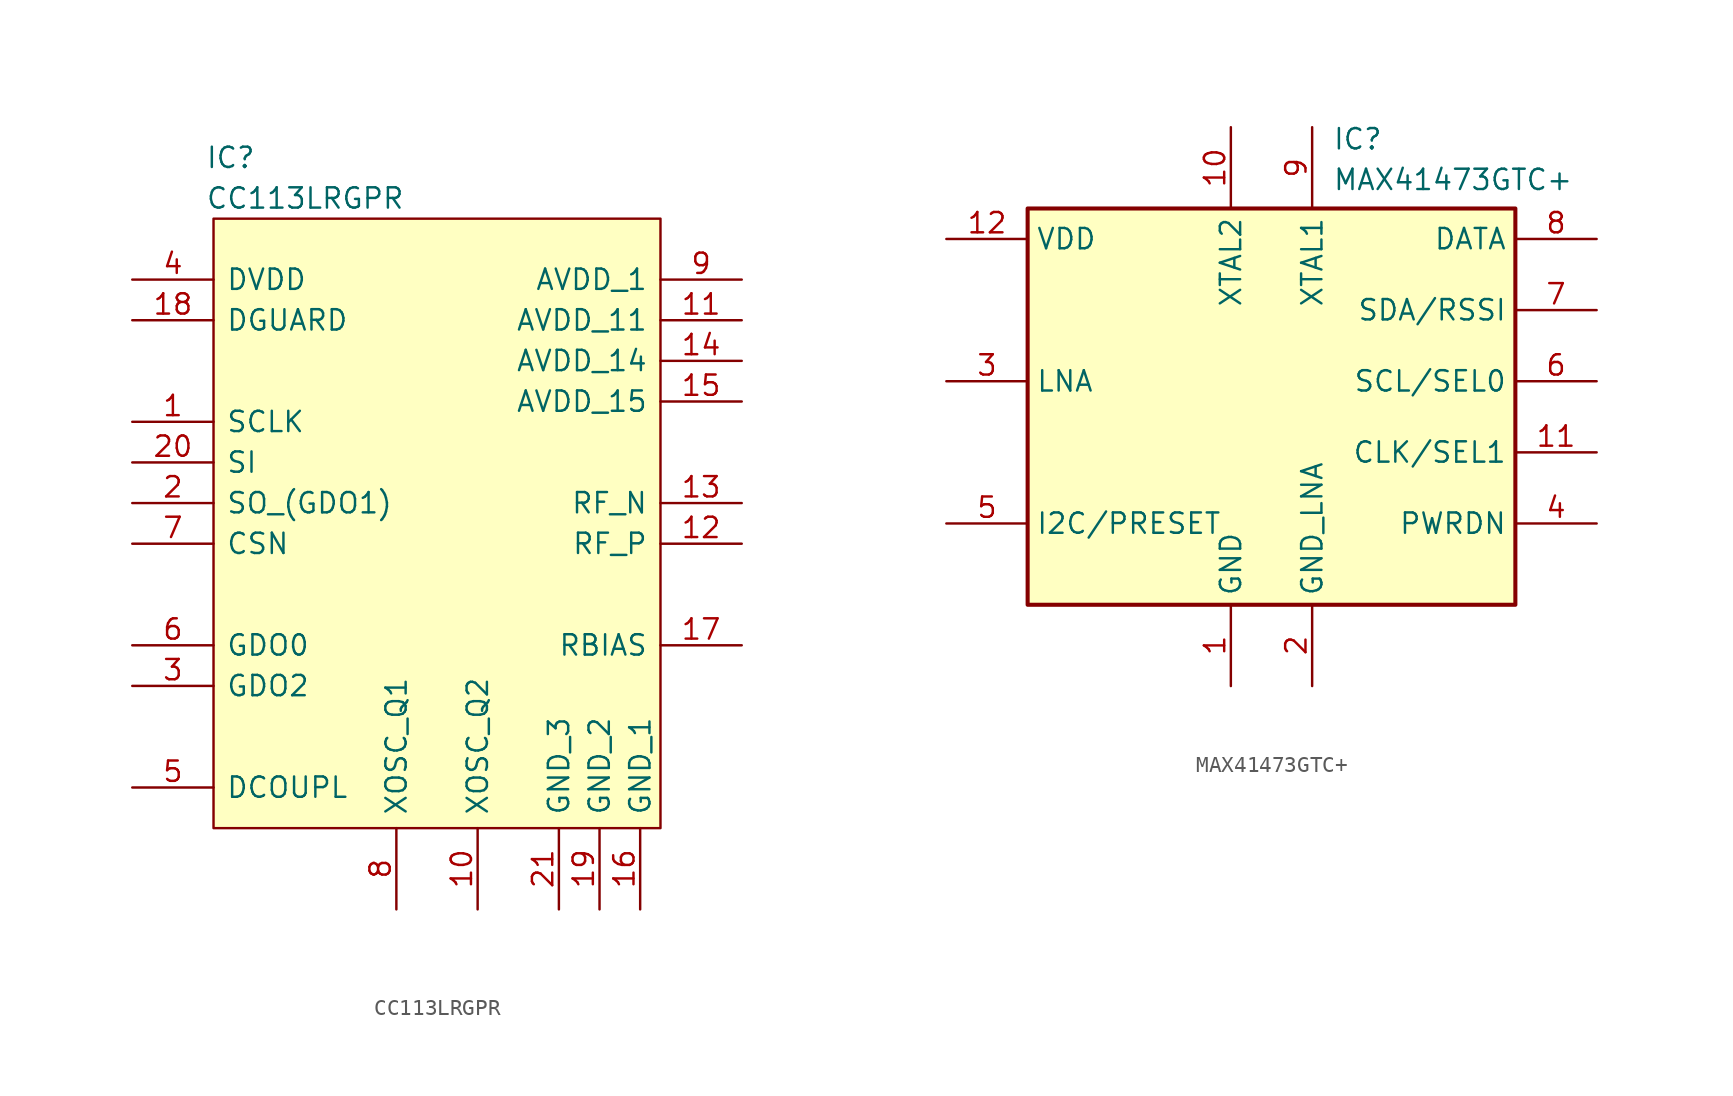
<source format=kicad_sym>
(kicad_symbol_lib
  (version 20231120)
  (generator "kicad_symbol_editor")
  (generator_version "8.0")
  (symbol "CC113LRGPR"
    (pin_names
      (offset 0.762))
    (property "Reference" "IC"
      (at -14.478 21.59 0)
      (effects (font (size 1.27 1.27)) (justify left)))
    (property "Value" "CC113LRGPR"
      (at -14.478 19.05 0)
      (effects (font (size 1.27 1.27)) (justify left)))
    (symbol "CC113LRGPR_0_0"
      (pin passive line (at -19.05 5.08 0) (length 5.08) (name "SCLK" (effects (font (size 1.27 1.27)))) (number "1" (effects (font (size 1.27 1.27)))))
      (pin passive line (at 2.54 -25.4 90) (length 5.08) (name "XOSC_Q2" (effects (font (size 1.27 1.27)))) (number "10" (effects (font (size 1.27 1.27)))))
      (pin passive line (at 19.05 -2.54 180) (length 5.08) (name "RF_P" (effects (font (size 1.27 1.27)))) (number "12" (effects (font (size 1.27 1.27)))))
      (pin passive line (at 19.05 0 180) (length 5.08) (name "RF_N" (effects (font (size 1.27 1.27)))) (number "13" (effects (font (size 1.27 1.27)))))
      (pin passive line (at 12.7 -25.4 90) (length 5.08) (name "GND_1" (effects (font (size 1.27 1.27)))) (number "16" (effects (font (size 1.27 1.27)))))
      (pin passive line (at 19.05 -8.89 180) (length 5.08) (name "RBIAS" (effects (font (size 1.27 1.27)))) (number "17" (effects (font (size 1.27 1.27)))))
      (pin passive line (at -19.05 11.43 0) (length 5.08) (name "DGUARD" (effects (font (size 1.27 1.27)))) (number "18" (effects (font (size 1.27 1.27)))))
      (pin passive line (at 10.16 -25.4 90) (length 5.08) (name "GND_2" (effects (font (size 1.27 1.27)))) (number "19" (effects (font (size 1.27 1.27)))))
      (pin passive line (at -19.05 0 0) (length 5.08) (name "SO_(GDO1)" (effects (font (size 1.27 1.27)))) (number "2" (effects (font (size 1.27 1.27)))))
      (pin passive line (at -19.05 2.54 0) (length 5.08) (name "SI" (effects (font (size 1.27 1.27)))) (number "20" (effects (font (size 1.27 1.27)))))
      (pin passive line (at 7.62 -25.4 90) (length 5.08) (name "GND_3" (effects (font (size 1.27 1.27)))) (number "21" (effects (font (size 1.27 1.27)))))
      (pin passive line (at -19.05 -11.43 0) (length 5.08) (name "GDO2" (effects (font (size 1.27 1.27)))) (number "3" (effects (font (size 1.27 1.27)))))
      (pin passive line (at -19.05 13.97 0) (length 5.08) (name "DVDD" (effects (font (size 1.27 1.27)))) (number "4" (effects (font (size 1.27 1.27)))))
      (pin passive line (at -19.05 -17.78 0) (length 5.08) (name "DCOUPL" (effects (font (size 1.27 1.27)))) (number "5" (effects (font (size 1.27 1.27)))))
      (pin passive line (at -19.05 -8.89 0) (length 5.08) (name "GDO0" (effects (font (size 1.27 1.27)))) (number "6" (effects (font (size 1.27 1.27)))))
      (pin passive line (at -19.05 -2.54 0) (length 5.08) (name "CSN" (effects (font (size 1.27 1.27)))) (number "7" (effects (font (size 1.27 1.27)))))
      (pin passive line (at -2.54 -25.4 90) (length 5.08) (name "XOSC_Q1" (effects (font (size 1.27 1.27)))) (number "8" (effects (font (size 1.27 1.27)))))
      (pin passive line (at 19.05 13.97 180) (length 5.08) (name "AVDD_1" (effects (font (size 1.27 1.27)))) (number "9" (effects (font (size 1.27 1.27))))))
    (symbol "CC113LRGPR_1_0"
      (pin passive line (at 19.05 11.43 180) (length 5.08) (name "AVDD_11" (effects (font (size 1.27 1.27)))) (number "11" (effects (font (size 1.27 1.27)))))
      (pin passive line (at 19.05 8.89 180) (length 5.08) (name "AVDD_14" (effects (font (size 1.27 1.27)))) (number "14" (effects (font (size 1.27 1.27)))))
      (pin passive line (at 19.05 6.35 180) (length 5.08) (name "AVDD_15" (effects (font (size 1.27 1.27)))) (number "15" (effects (font (size 1.27 1.27))))))
    (symbol "CC113LRGPR_1_1"
      (polyline (pts (xy -13.97 17.78) (xy 13.97 17.78) (xy 13.97 -20.32) (xy -13.97 -20.32) (xy -13.97 17.78)) (stroke (width 0.152) (type solid)) (fill (type background)))))
  (symbol "MAX41473GTC+"
    (property "Reference" "IC"
      (at 3.81 15.875 0)
      (effects (font (size 1.27 1.27)) (justify left top)))
    (property "Value" "MAX41473GTC+"
      (at 3.81 13.335 0)
      (effects (font (size 1.27 1.27)) (justify left top)))
    (symbol "MAX41473GTC+_1_1"
      (rectangle (start -15.24 10.795) (end 15.24 -13.97) (stroke (width 0.254) (type default)) (fill (type background)))
      (pin passive line (at -2.54 -19.05 90) (length 5.08) (name "GND" (effects (font (size 1.27 1.27)))) (number "1" (effects (font (size 1.27 1.27)))))
      (pin passive line (at -2.54 15.875 270) (length 5.08) (name "XTAL2" (effects (font (size 1.27 1.27)))) (number "10" (effects (font (size 1.27 1.27)))))
      (pin passive line (at 20.32 -4.445 180) (length 5.08) (name "CLK/SEL1" (effects (font (size 1.27 1.27)))) (number "11" (effects (font (size 1.27 1.27)))))
      (pin passive line (at -20.32 8.89 0) (length 5.08) (name "VDD" (effects (font (size 1.27 1.27)))) (number "12" (effects (font (size 1.27 1.27)))))
      (pin passive line (at 2.54 -19.05 90) (length 5.08) (name "GND_LNA" (effects (font (size 1.27 1.27)))) (number "2" (effects (font (size 1.27 1.27)))))
      (pin passive line (at -20.32 0 0) (length 5.08) (name "LNA" (effects (font (size 1.27 1.27)))) (number "3" (effects (font (size 1.27 1.27)))))
      (pin passive line (at 20.32 -8.89 180) (length 5.08) (name "PWRDN" (effects (font (size 1.27 1.27)))) (number "4" (effects (font (size 1.27 1.27)))))
      (pin passive line (at -20.32 -8.89 0) (length 5.08) (name "I2C/PRESET" (effects (font (size 1.27 1.27)))) (number "5" (effects (font (size 1.27 1.27)))))
      (pin passive line (at 20.32 0 180) (length 5.08) (name "SCL/SEL0" (effects (font (size 1.27 1.27)))) (number "6" (effects (font (size 1.27 1.27)))))
      (pin passive line (at 20.32 4.445 180) (length 5.08) (name "SDA/RSSI" (effects (font (size 1.27 1.27)))) (number "7" (effects (font (size 1.27 1.27)))))
      (pin passive line (at 20.32 8.89 180) (length 5.08) (name "DATA" (effects (font (size 1.27 1.27)))) (number "8" (effects (font (size 1.27 1.27)))))
      (pin passive line (at 2.54 15.875 270) (length 5.08) (name "XTAL1" (effects (font (size 1.27 1.27)))) (number "9" (effects (font (size 1.27 1.27))))))))
</source>
